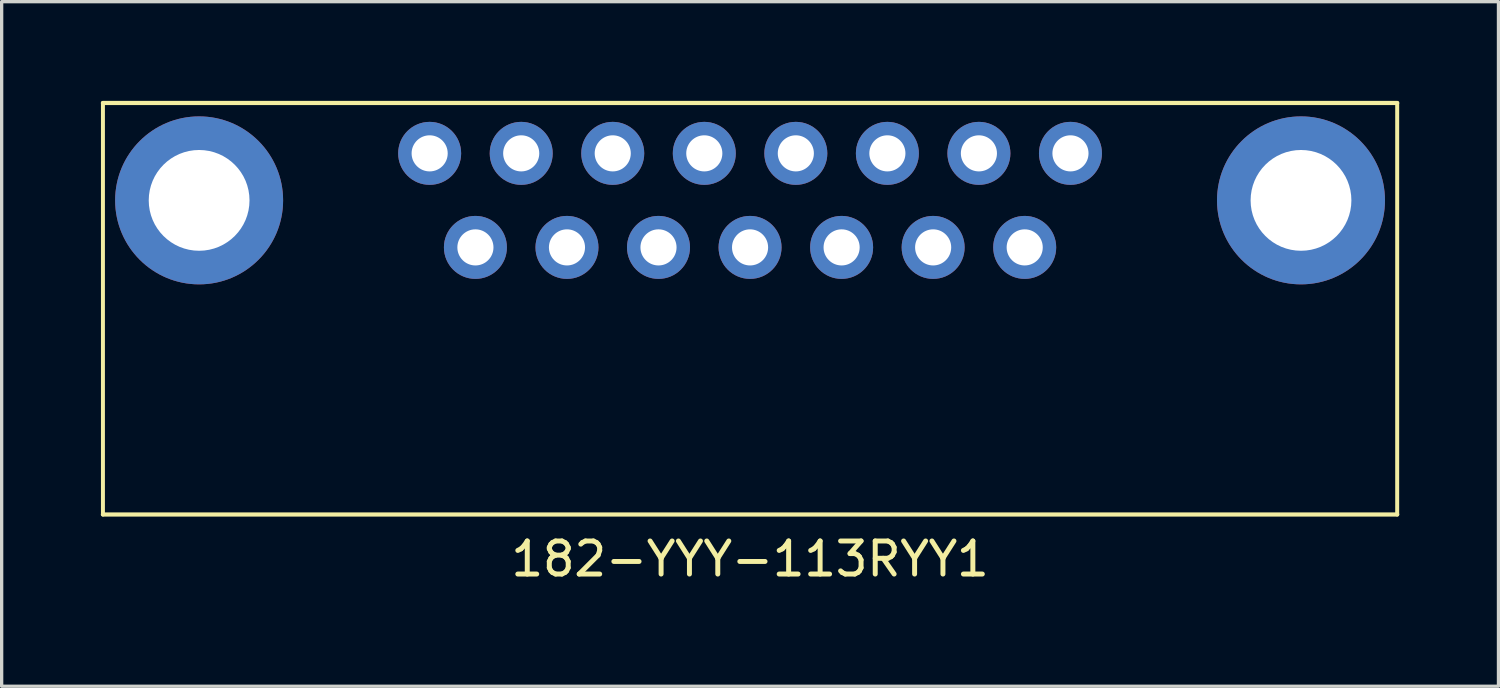
<source format=kicad_pcb>
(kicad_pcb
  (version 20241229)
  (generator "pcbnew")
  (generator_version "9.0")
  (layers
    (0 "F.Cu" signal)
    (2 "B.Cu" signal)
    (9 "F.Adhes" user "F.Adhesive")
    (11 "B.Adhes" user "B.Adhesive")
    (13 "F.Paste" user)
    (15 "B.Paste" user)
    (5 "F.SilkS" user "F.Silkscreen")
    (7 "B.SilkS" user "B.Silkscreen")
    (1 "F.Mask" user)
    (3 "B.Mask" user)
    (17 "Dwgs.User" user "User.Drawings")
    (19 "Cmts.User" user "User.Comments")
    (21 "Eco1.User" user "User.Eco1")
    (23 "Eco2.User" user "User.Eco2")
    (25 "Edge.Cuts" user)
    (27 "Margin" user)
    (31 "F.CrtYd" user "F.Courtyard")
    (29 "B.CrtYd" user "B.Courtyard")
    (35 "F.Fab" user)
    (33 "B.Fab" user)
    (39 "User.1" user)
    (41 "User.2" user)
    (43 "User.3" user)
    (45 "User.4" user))
  (footprint "182-YYY-113RYY1"
    (layer "F.Cu")
    (at 19.634 3.01)
    (property "Reference" "182-YYY-113RYY1" (at 0 10.846 0) (layer "F.SilkS") (effects (font (size 1 1) (thickness 0.15))))
    (attr through_hole)
    (fp_line (start -19.571 -2.946) (end -19.571 9.5) (stroke (width 0.12) (type solid)) (layer "F.SilkS"))
    (fp_line (start -19.571 -2.946) (end 19.571 -2.946) (stroke (width 0.127) (type solid)) (layer "F.SilkS"))
    (fp_line (start -19.571 9.5) (end 19.571 9.5) (stroke (width 0.127) (type solid)) (layer "F.SilkS"))
    (fp_line (start 19.571 -2.946) (end 19.571 9.5) (stroke (width 0.12) (type solid)) (layer "F.SilkS"))
    (pad "0" thru_hole circle (at -16.662 0) (size 5.08 5.08) (drill 3.048) (layers "*.Cu" "*.Mask"))
    (pad "0" thru_hole circle (at 16.662 0) (size 5.08 5.08) (drill 3.048) (layers "*.Cu" "*.Mask"))
    (pad "1" thru_hole circle (at -9.69 -1.422) (size 1.905 1.905) (drill 1.092) (layers "*.Cu" "*.Mask"))
    (pad "2" thru_hole circle (at -6.921 -1.422) (size 1.905 1.905) (drill 1.092) (layers "*.Cu" "*.Mask"))
    (pad "3" thru_hole circle (at -4.153 -1.422) (size 1.905 1.905) (drill 1.092) (layers "*.Cu" "*.Mask"))
    (pad "4" thru_hole circle (at -1.384 -1.422) (size 1.905 1.905) (drill 1.092) (layers "*.Cu" "*.Mask"))
    (pad "5" thru_hole circle (at 1.384 -1.422) (size 1.905 1.905) (drill 1.092) (layers "*.Cu" "*.Mask"))
    (pad "6" thru_hole circle (at 4.153 -1.422) (size 1.905 1.905) (drill 1.092) (layers "*.Cu" "*.Mask"))
    (pad "7" thru_hole circle (at 6.921 -1.422) (size 1.905 1.905) (drill 1.092) (layers "*.Cu" "*.Mask"))
    (pad "8" thru_hole circle (at 9.69 -1.422) (size 1.905 1.905) (drill 1.092) (layers "*.Cu" "*.Mask"))
    (pad "9" thru_hole circle (at -8.306 1.422) (size 1.905 1.905) (drill 1.092) (layers "*.Cu" "*.Mask"))
    (pad "10" thru_hole circle (at -5.537 1.422) (size 1.905 1.905) (drill 1.092) (layers "*.Cu" "*.Mask"))
    (pad "11" thru_hole circle (at -2.769 1.422) (size 1.905 1.905) (drill 1.092) (layers "*.Cu" "*.Mask"))
    (pad "12" thru_hole circle (at 0 1.422) (size 1.905 1.905) (drill 1.092) (layers "*.Cu" "*.Mask"))
    (pad "13" thru_hole circle (at 2.769 1.422) (size 1.905 1.905) (drill 1.092) (layers "*.Cu" "*.Mask"))
    (pad "14" thru_hole circle (at 5.537 1.422) (size 1.905 1.905) (drill 1.092) (layers "*.Cu" "*.Mask"))
    (pad "15" thru_hole circle (at 8.306 1.422) (size 1.905 1.905) (drill 1.092) (layers "*.Cu" "*.Mask")))
  (gr_rect
    (start -3 -3)
    (end 42.268 17.704)
    (stroke (width 0.1) (type default))
    (fill no)
    (layer "Edge.Cuts")))
</source>
